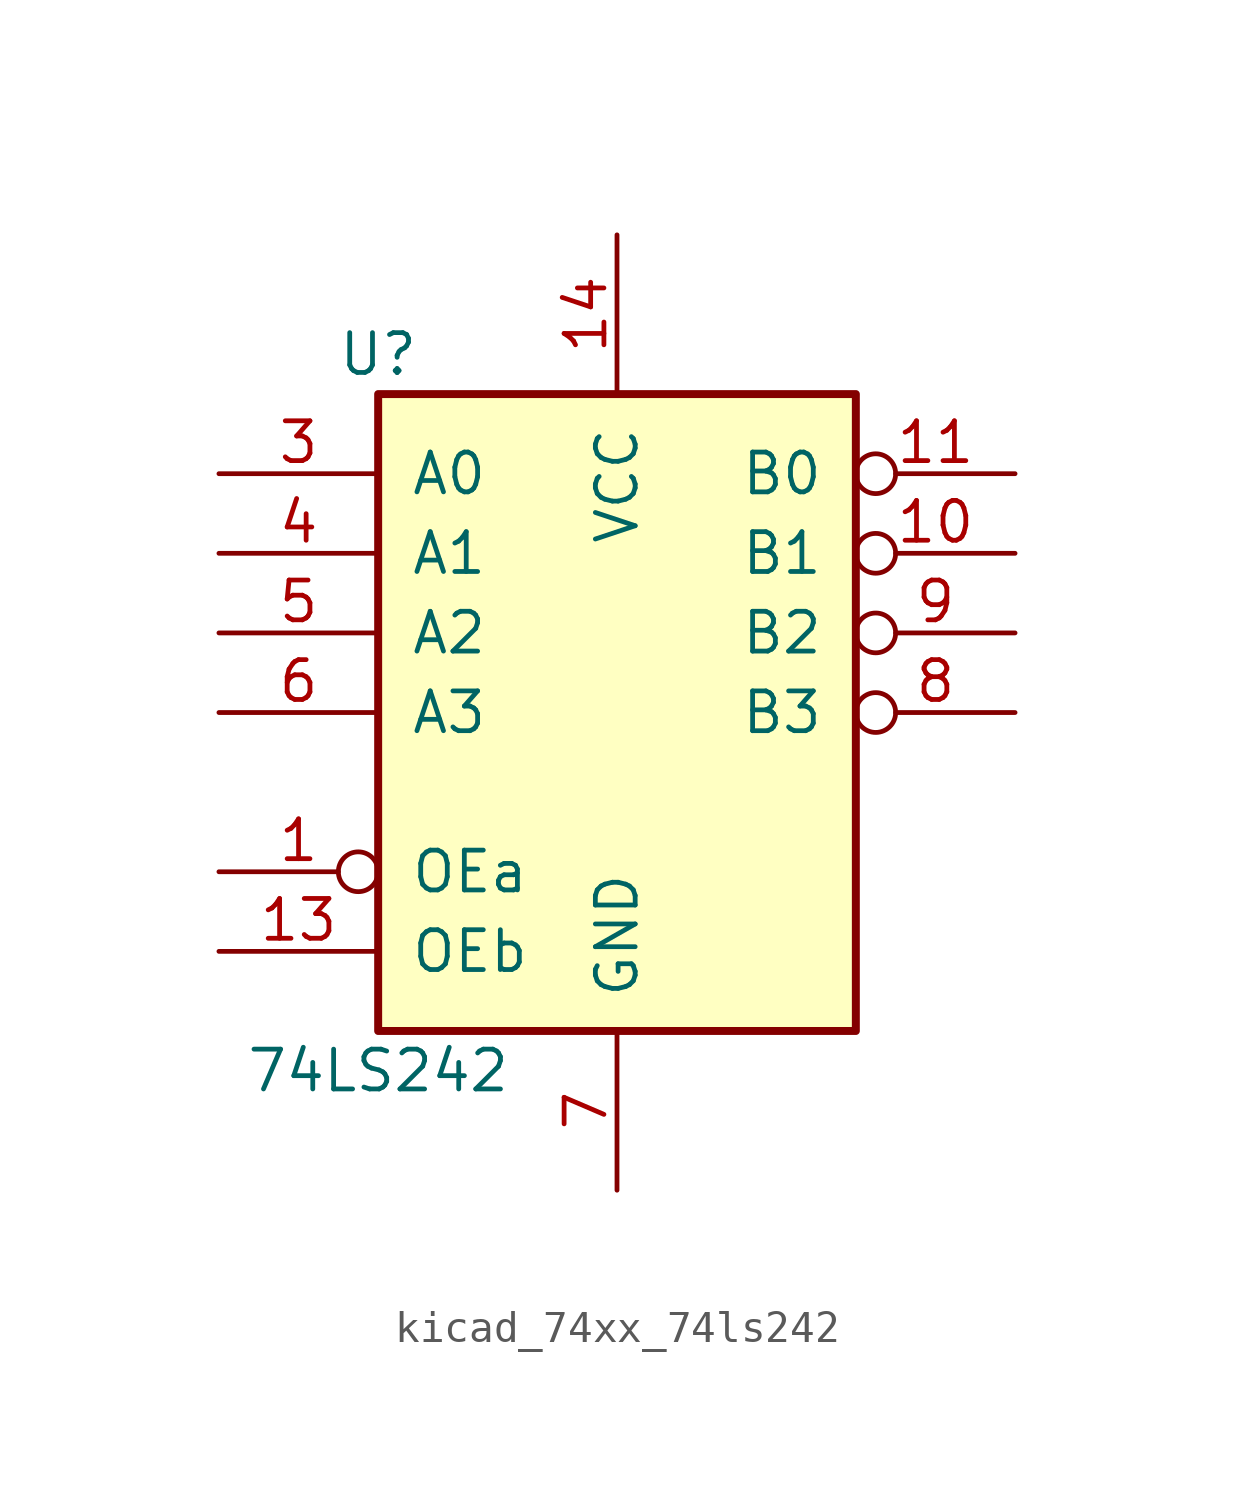
<source format=kicad_sym>
(kicad_symbol_lib
  (version 20220914)
  (generator kicad_symbol_editor)
  (symbol "kicad_74xx_74ls242"
    (pin_names
      (offset 1.016))
    (property "Reference" "U"
      (at -7.62 11.43 0)
      (effects (font (size 1.27 1.27))))
    (property "Value" "74LS242"
      (at -7.62 -11.43 0)
      (effects (font (size 1.27 1.27))))
    (property "ki_locked" ""
      (at 0 0 0)
      (effects (font (size 1.27 1.27))))
    (symbol "kicad_74xx_74ls242_1_0"
      (pin input inverted (at -12.7 -5.08 0) (length 5.08) (name "OEa" (effects (font (size 1.27 1.27)))) (number "1" (effects (font (size 1.27 1.27)))))
      (pin tri_state inverted (at 12.7 5.08 180) (length 5.08) (name "B1" (effects (font (size 1.27 1.27)))) (number "10" (effects (font (size 1.27 1.27)))))
      (pin tri_state inverted (at 12.7 7.62 180) (length 5.08) (name "B0" (effects (font (size 1.27 1.27)))) (number "11" (effects (font (size 1.27 1.27)))))
      (pin input line (at -12.7 -7.62 0) (length 5.08) (name "OEb" (effects (font (size 1.27 1.27)))) (number "13" (effects (font (size 1.27 1.27)))))
      (pin power_in line (at 0 15.24 270) (length 5.08) (name "VCC" (effects (font (size 1.27 1.27)))) (number "14" (effects (font (size 1.27 1.27)))))
      (pin input line (at -12.7 7.62 0) (length 5.08) (name "A0" (effects (font (size 1.27 1.27)))) (number "3" (effects (font (size 1.27 1.27)))))
      (pin input line (at -12.7 5.08 0) (length 5.08) (name "A1" (effects (font (size 1.27 1.27)))) (number "4" (effects (font (size 1.27 1.27)))))
      (pin input line (at -12.7 2.54 0) (length 5.08) (name "A2" (effects (font (size 1.27 1.27)))) (number "5" (effects (font (size 1.27 1.27)))))
      (pin input line (at -12.7 0 0) (length 5.08) (name "A3" (effects (font (size 1.27 1.27)))) (number "6" (effects (font (size 1.27 1.27)))))
      (pin power_in line (at 0 -15.24 90) (length 5.08) (name "GND" (effects (font (size 1.27 1.27)))) (number "7" (effects (font (size 1.27 1.27)))))
      (pin tri_state inverted (at 12.7 0 180) (length 5.08) (name "B3" (effects (font (size 1.27 1.27)))) (number "8" (effects (font (size 1.27 1.27)))))
      (pin tri_state inverted (at 12.7 2.54 180) (length 5.08) (name "B2" (effects (font (size 1.27 1.27)))) (number "9" (effects (font (size 1.27 1.27))))))
    (symbol "kicad_74xx_74ls242_1_1"
      (rectangle (start -7.62 10.16) (end 7.62 -10.16) (stroke (width 0.254) (type default)) (fill (type background))))))
</source>
